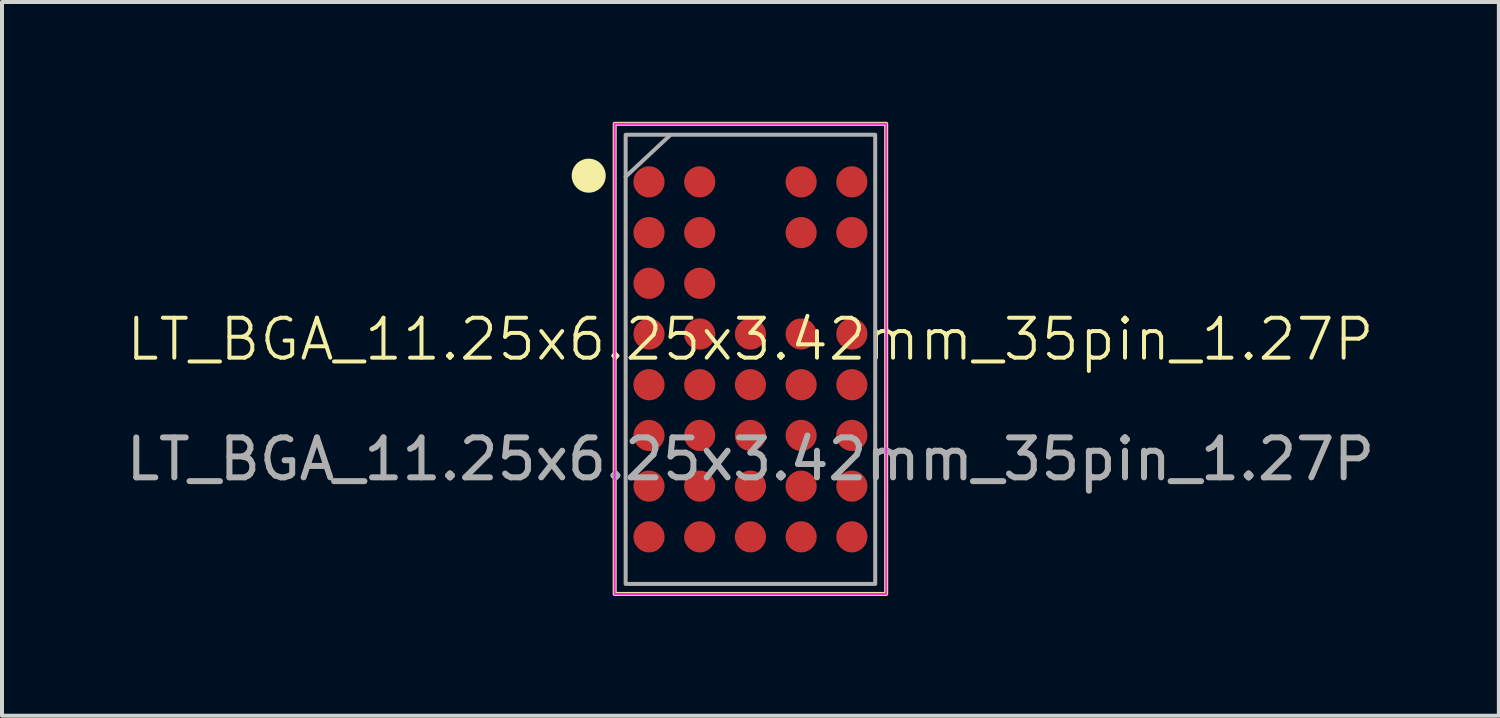
<source format=kicad_pcb>
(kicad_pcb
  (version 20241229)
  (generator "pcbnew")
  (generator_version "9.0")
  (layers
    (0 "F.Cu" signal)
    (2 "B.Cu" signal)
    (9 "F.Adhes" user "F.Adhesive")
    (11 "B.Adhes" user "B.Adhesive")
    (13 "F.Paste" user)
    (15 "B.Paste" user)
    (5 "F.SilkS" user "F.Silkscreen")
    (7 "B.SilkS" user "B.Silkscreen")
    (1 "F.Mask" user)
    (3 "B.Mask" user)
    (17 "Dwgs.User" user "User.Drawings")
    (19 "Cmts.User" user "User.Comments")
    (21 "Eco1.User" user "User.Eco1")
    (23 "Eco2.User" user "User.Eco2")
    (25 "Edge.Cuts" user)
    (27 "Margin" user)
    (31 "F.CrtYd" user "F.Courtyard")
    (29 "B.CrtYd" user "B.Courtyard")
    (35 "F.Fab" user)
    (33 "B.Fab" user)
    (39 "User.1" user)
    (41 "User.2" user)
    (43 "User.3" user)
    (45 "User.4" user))
  (footprint "LT_BGA_11.25x6.25x3.42mm_35pin_1.27P"
    (layer "F.Cu")
    (at 15.744 5.95)
    (property "Reference" "LT_BGA_11.25x6.25x3.42mm_35pin_1.27P" (at 0 -0.5 0) (unlocked yes) (layer "F.SilkS") (effects (font (size 1 1) (thickness 0.1))))
    (attr smd)
    (fp_rect (start -3.4 -5.9) (end 3.4 5.875) (stroke (width 0.1) (type default)) (fill no) (layer "F.SilkS"))
    (fp_circle (center -4.05 -4.6) (end -3.674 -4.6) (stroke (width 0.1) (type solid)) (fill yes) (layer "F.SilkS"))
    (fp_rect (start -3.4 -5.9) (end 3.4 5.875) (stroke (width 0.05) (type default)) (fill no) (layer "F.CrtYd"))
    (fp_line (start -2 -5.625) (end -3.125 -4.575) (stroke (width 0.1) (type default)) (layer "F.Fab"))
    (fp_rect (start -3.125 -5.625) (end 3.125 5.625) (stroke (width 0.1) (type default)) (fill no) (layer "F.Fab"))
    (fp_text user "${REFERENCE}" (at 0 2.5 0) (unlocked yes) (layer "F.Fab") (effects (font (size 1 1) (thickness 0.15))))
    (pad "A1" smd circle (at -2.54 -4.445) (size 0.78 0.78) (property pad_prop_bga) (layers "F.Cu" "F.Mask" "F.Paste"))
    (pad "A2" smd circle (at -1.27 -4.445) (size 0.78 0.78) (property pad_prop_bga) (layers "F.Cu" "F.Mask" "F.Paste"))
    (pad "A4" smd circle (at 1.27 -4.445) (size 0.78 0.78) (property pad_prop_bga) (layers "F.Cu" "F.Mask" "F.Paste"))
    (pad "A5" smd circle (at 2.54 -4.445) (size 0.78 0.78) (property pad_prop_bga) (layers "F.Cu" "F.Mask" "F.Paste"))
    (pad "B1" smd circle (at -2.54 -3.175) (size 0.78 0.78) (property pad_prop_bga) (layers "F.Cu" "F.Mask" "F.Paste"))
    (pad "B2" smd circle (at -1.27 -3.175) (size 0.78 0.78) (property pad_prop_bga) (layers "F.Cu" "F.Mask" "F.Paste"))
    (pad "B4" smd circle (at 1.27 -3.175) (size 0.78 0.78) (property pad_prop_bga) (layers "F.Cu" "F.Mask" "F.Paste"))
    (pad "B5" smd circle (at 2.54 -3.175) (size 0.78 0.78) (property pad_prop_bga) (layers "F.Cu" "F.Mask" "F.Paste"))
    (pad "C1" smd circle (at -2.54 -1.905) (size 0.78 0.78) (property pad_prop_bga) (layers "F.Cu" "F.Mask" "F.Paste"))
    (pad "C2" smd circle (at -1.27 -1.905) (size 0.78 0.78) (property pad_prop_bga) (layers "F.Cu" "F.Mask" "F.Paste"))
    (pad "D1" smd circle (at -2.54 -0.635) (size 0.78 0.78) (property pad_prop_bga) (layers "F.Cu" "F.Mask" "F.Paste"))
    (pad "D2" smd circle (at -1.27 -0.635) (size 0.78 0.78) (property pad_prop_bga) (layers "F.Cu" "F.Mask" "F.Paste"))
    (pad "D3" smd circle (at 0 -0.635) (size 0.78 0.78) (property pad_prop_bga) (layers "F.Cu" "F.Mask" "F.Paste"))
    (pad "D4" smd circle (at 1.27 -0.635) (size 0.78 0.78) (property pad_prop_bga) (layers "F.Cu" "F.Mask" "F.Paste"))
    (pad "D5" smd circle (at 2.54 -0.635) (size 0.78 0.78) (property pad_prop_bga) (layers "F.Cu" "F.Mask" "F.Paste"))
    (pad "E1" smd circle (at -2.54 0.635) (size 0.78 0.78) (property pad_prop_bga) (layers "F.Cu" "F.Mask" "F.Paste"))
    (pad "E2" smd circle (at -1.27 0.635) (size 0.78 0.78) (property pad_prop_bga) (layers "F.Cu" "F.Mask" "F.Paste"))
    (pad "E3" smd circle (at 0 0.635) (size 0.78 0.78) (property pad_prop_bga) (layers "F.Cu" "F.Mask" "F.Paste"))
    (pad "E4" smd circle (at 1.27 0.635) (size 0.78 0.78) (property pad_prop_bga) (layers "F.Cu" "F.Mask" "F.Paste"))
    (pad "E5" smd circle (at 2.54 0.635) (size 0.78 0.78) (property pad_prop_bga) (layers "F.Cu" "F.Mask" "F.Paste"))
    (pad "F1" smd circle (at -2.54 1.905) (size 0.78 0.78) (property pad_prop_bga) (layers "F.Cu" "F.Mask" "F.Paste"))
    (pad "F2" smd circle (at -1.27 1.905) (size 0.78 0.78) (property pad_prop_bga) (layers "F.Cu" "F.Mask" "F.Paste"))
    (pad "F3" smd circle (at 0 1.905) (size 0.78 0.78) (property pad_prop_bga) (layers "F.Cu" "F.Mask" "F.Paste"))
    (pad "F4" smd circle (at 1.27 1.905) (size 0.78 0.78) (property pad_prop_bga) (layers "F.Cu" "F.Mask" "F.Paste"))
    (pad "F5" smd circle (at 2.54 1.905) (size 0.78 0.78) (property pad_prop_bga) (layers "F.Cu" "F.Mask" "F.Paste"))
    (pad "G1" smd circle (at -2.54 3.175) (size 0.78 0.78) (property pad_prop_bga) (layers "F.Cu" "F.Mask" "F.Paste"))
    (pad "G2" smd circle (at -1.27 3.175) (size 0.78 0.78) (property pad_prop_bga) (layers "F.Cu" "F.Mask" "F.Paste"))
    (pad "G3" smd circle (at 0 3.175) (size 0.78 0.78) (property pad_prop_bga) (layers "F.Cu" "F.Mask" "F.Paste"))
    (pad "G4" smd circle (at 1.27 3.175) (size 0.78 0.78) (property pad_prop_bga) (layers "F.Cu" "F.Mask" "F.Paste"))
    (pad "G5" smd circle (at 2.54 3.175) (size 0.78 0.78) (property pad_prop_bga) (layers "F.Cu" "F.Mask" "F.Paste"))
    (pad "H1" smd circle (at -2.54 4.445) (size 0.78 0.78) (property pad_prop_bga) (layers "F.Cu" "F.Mask" "F.Paste"))
    (pad "H2" smd circle (at -1.27 4.445) (size 0.78 0.78) (property pad_prop_bga) (layers "F.Cu" "F.Mask" "F.Paste"))
    (pad "H3" smd circle (at 0 4.445) (size 0.78 0.78) (property pad_prop_bga) (layers "F.Cu" "F.Mask" "F.Paste"))
    (pad "H4" smd circle (at 1.27 4.445) (size 0.78 0.78) (property pad_prop_bga) (layers "F.Cu" "F.Mask" "F.Paste"))
    (pad "H5" smd circle (at 2.54 4.445) (size 0.78 0.78) (property pad_prop_bga) (layers "F.Cu" "F.Mask" "F.Paste")))
  (gr_rect
    (start -3 -3)
    (end 34.488 14.875)
    (stroke (width 0.1) (type default))
    (fill no)
    (layer "Edge.Cuts")))
</source>
